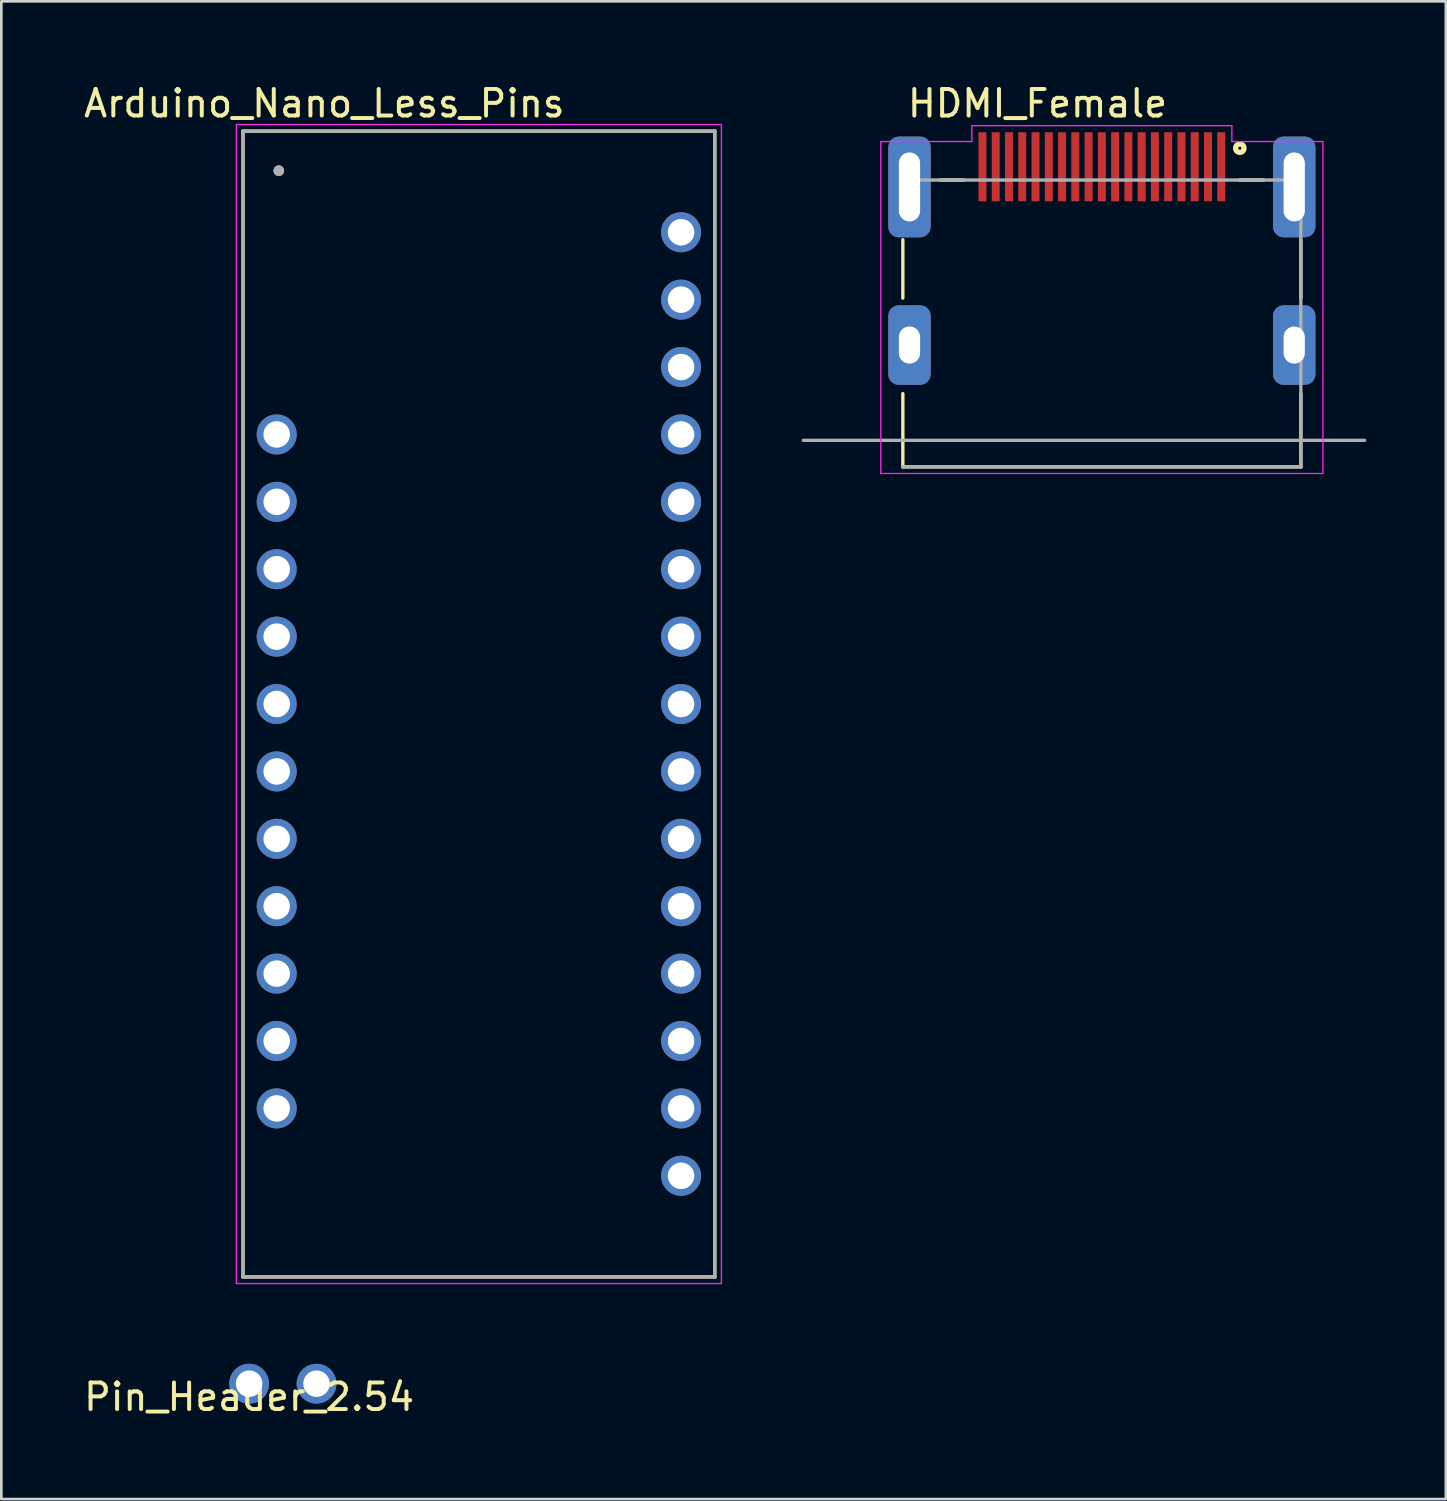
<source format=kicad_pcb>
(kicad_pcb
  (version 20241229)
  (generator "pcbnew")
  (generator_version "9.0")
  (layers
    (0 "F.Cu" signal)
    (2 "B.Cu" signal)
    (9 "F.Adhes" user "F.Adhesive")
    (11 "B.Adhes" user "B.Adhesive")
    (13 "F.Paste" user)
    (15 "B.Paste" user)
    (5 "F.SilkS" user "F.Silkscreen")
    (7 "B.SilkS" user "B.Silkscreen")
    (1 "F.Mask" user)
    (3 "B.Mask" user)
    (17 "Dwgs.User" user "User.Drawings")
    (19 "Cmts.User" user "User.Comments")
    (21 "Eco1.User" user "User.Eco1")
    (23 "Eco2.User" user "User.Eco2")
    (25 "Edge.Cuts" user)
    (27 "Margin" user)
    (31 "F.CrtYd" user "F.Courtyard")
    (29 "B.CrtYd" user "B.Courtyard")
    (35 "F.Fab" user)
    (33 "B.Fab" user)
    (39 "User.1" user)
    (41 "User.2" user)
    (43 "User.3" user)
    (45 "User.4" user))
  (footprint "Arduino_Nano_Less_Pins"
    (layer "F.Cu")
    (at 14.998 23.483)
    (property "Reference" "Arduino_Nano_Less_Pins" (at -5.825 -22.635 0) (layer "F.SilkS") (effects (font (size 1 1) (thickness 0.15))))
    (attr through_hole)
    (fp_line (start -8.89 -21.59) (end 8.89 -21.59) (stroke (width 0.127) (type solid)) (layer "F.SilkS"))
    (fp_line (start -8.89 21.59) (end -8.89 -21.59) (stroke (width 0.127) (type solid)) (layer "F.SilkS"))
    (fp_line (start 8.89 -21.59) (end 8.89 21.59) (stroke (width 0.127) (type solid)) (layer "F.SilkS"))
    (fp_line (start 8.89 21.59) (end -8.89 21.59) (stroke (width 0.127) (type solid)) (layer "F.SilkS"))
    (fp_circle (center -7.54 -20.1) (end -7.44 -20.1) (stroke (width 0.2) (type solid)) (fill no) (layer "F.SilkS"))
    (fp_line (start -9.14 -21.84) (end 9.14 -21.84) (stroke (width 0.05) (type solid)) (layer "F.CrtYd"))
    (fp_line (start -9.14 21.84) (end -9.14 -21.84) (stroke (width 0.05) (type solid)) (layer "F.CrtYd"))
    (fp_line (start 9.14 -21.84) (end 9.14 21.84) (stroke (width 0.05) (type solid)) (layer "F.CrtYd"))
    (fp_line (start 9.14 21.84) (end -9.14 21.84) (stroke (width 0.05) (type solid)) (layer "F.CrtYd"))
    (fp_line (start -8.89 -21.59) (end 8.89 -21.59) (stroke (width 0.127) (type solid)) (layer "F.Fab"))
    (fp_line (start -8.89 21.59) (end -8.89 -21.59) (stroke (width 0.127) (type solid)) (layer "F.Fab"))
    (fp_line (start 8.89 -21.59) (end 8.89 21.59) (stroke (width 0.127) (type solid)) (layer "F.Fab"))
    (fp_line (start 8.89 21.59) (end -8.89 21.59) (stroke (width 0.127) (type solid)) (layer "F.Fab"))
    (fp_circle (center -7.54 -20.1) (end -7.44 -20.1) (stroke (width 0.2) (type solid)) (fill no) (layer "F.Fab"))
    (pad "4" thru_hole circle (at -7.62 -10.16) (size 1.508 1.508) (drill 1) (layers "*.Cu" "*.Mask"))
    (pad "5" thru_hole circle (at -7.62 -7.62) (size 1.508 1.508) (drill 1) (layers "*.Cu" "*.Mask"))
    (pad "6" thru_hole circle (at -7.62 -5.08) (size 1.508 1.508) (drill 1) (layers "*.Cu" "*.Mask"))
    (pad "7" thru_hole circle (at -7.62 -2.54) (size 1.508 1.508) (drill 1) (layers "*.Cu" "*.Mask"))
    (pad "8" thru_hole circle (at -7.62 0) (size 1.508 1.508) (drill 1) (layers "*.Cu" "*.Mask"))
    (pad "9" thru_hole circle (at -7.62 2.54) (size 1.508 1.508) (drill 1) (layers "*.Cu" "*.Mask"))
    (pad "10" thru_hole circle (at -7.62 5.08) (size 1.508 1.508) (drill 1) (layers "*.Cu" "*.Mask"))
    (pad "11" thru_hole circle (at -7.62 7.62) (size 1.508 1.508) (drill 1) (layers "*.Cu" "*.Mask"))
    (pad "12" thru_hole circle (at -7.62 10.16) (size 1.508 1.508) (drill 1) (layers "*.Cu" "*.Mask"))
    (pad "13" thru_hole circle (at -7.62 12.7) (size 1.508 1.508) (drill 1) (layers "*.Cu" "*.Mask"))
    (pad "14" thru_hole circle (at -7.62 15.24) (size 1.508 1.508) (drill 1) (layers "*.Cu" "*.Mask"))
    (pad "16" thru_hole circle (at 7.62 17.78) (size 1.508 1.508) (drill 1) (layers "*.Cu" "*.Mask"))
    (pad "17" thru_hole circle (at 7.62 15.24) (size 1.508 1.508) (drill 1) (layers "*.Cu" "*.Mask"))
    (pad "18" thru_hole circle (at 7.62 12.7) (size 1.508 1.508) (drill 1) (layers "*.Cu" "*.Mask"))
    (pad "19" thru_hole circle (at 7.62 10.16) (size 1.508 1.508) (drill 1) (layers "*.Cu" "*.Mask"))
    (pad "20" thru_hole circle (at 7.62 7.62) (size 1.508 1.508) (drill 1) (layers "*.Cu" "*.Mask"))
    (pad "21" thru_hole circle (at 7.62 5.08) (size 1.508 1.508) (drill 1) (layers "*.Cu" "*.Mask"))
    (pad "22" thru_hole circle (at 7.62 2.54) (size 1.508 1.508) (drill 1) (layers "*.Cu" "*.Mask"))
    (pad "23" thru_hole circle (at 7.62 0) (size 1.508 1.508) (drill 1) (layers "*.Cu" "*.Mask"))
    (pad "24" thru_hole circle (at 7.62 -2.54) (size 1.508 1.508) (drill 1) (layers "*.Cu" "*.Mask"))
    (pad "25" thru_hole circle (at 7.62 -5.08) (size 1.508 1.508) (drill 1) (layers "*.Cu" "*.Mask"))
    (pad "26" thru_hole circle (at 7.62 -7.62) (size 1.508 1.508) (drill 1) (layers "*.Cu" "*.Mask"))
    (pad "27" thru_hole circle (at 7.62 -10.16) (size 1.508 1.508) (drill 1) (layers "*.Cu" "*.Mask"))
    (pad "28" thru_hole circle (at 7.62 -12.7) (size 1.508 1.508) (drill 1) (layers "*.Cu" "*.Mask"))
    (pad "29" thru_hole circle (at 7.62 -15.24) (size 1.508 1.508) (drill 1) (layers "*.Cu" "*.Mask"))
    (pad "30" thru_hole circle (at 7.62 -17.78) (size 1.508 1.508) (drill 1) (layers "*.Cu" "*.Mask")))
  (footprint "HDMI_Female"
    (layer "F.Cu")
    (at 38.476 8.235)
    (property "Reference" "HDMI_Female" (at -2.425 -7.386 0) (layer "F.SilkS") (effects (font (size 1 1) (thickness 0.15))))
    (attr through_hole)
    (fp_line (start -7.5 -2.25) (end -7.5 -0.05) (stroke (width 0.127) (type solid)) (layer "F.SilkS"))
    (fp_line (start -7.5 6.31) (end -7.5 3.55) (stroke (width 0.127) (type solid)) (layer "F.SilkS"))
    (fp_line (start -7.5 6.31) (end 7.5 6.31) (stroke (width 0.127) (type solid)) (layer "F.SilkS"))
    (fp_line (start -6.1 -4.5) (end -5.2 -4.5) (stroke (width 0.127) (type solid)) (layer "F.SilkS"))
    (fp_line (start 5.2 -4.5) (end 6.1 -4.5) (stroke (width 0.127) (type solid)) (layer "F.SilkS"))
    (fp_line (start 7.5 -0.05) (end 7.5 -2.25) (stroke (width 0.127) (type solid)) (layer "F.SilkS"))
    (fp_line (start 7.5 6.31) (end 7.5 3.55) (stroke (width 0.127) (type solid)) (layer "F.SilkS"))
    (fp_circle (center 5.2 -5.7) (end 5.358 -5.7) (stroke (width 0.2) (type solid)) (fill no) (layer "F.SilkS"))
    (fp_line (start -8.33 -5.95) (end -7.25 -5.95) (stroke (width 0.05) (type solid)) (layer "F.CrtYd"))
    (fp_line (start -8.33 6.56) (end -8.33 -5.95) (stroke (width 0.05) (type solid)) (layer "F.CrtYd"))
    (fp_line (start -7.25 -5.95) (end -4.9 -5.95) (stroke (width 0.05) (type solid)) (layer "F.CrtYd"))
    (fp_line (start -4.9 -6.55) (end 4.9 -6.55) (stroke (width 0.05) (type solid)) (layer "F.CrtYd"))
    (fp_line (start -4.9 -5.95) (end -4.9 -6.55) (stroke (width 0.05) (type solid)) (layer "F.CrtYd"))
    (fp_line (start 4.9 -6.55) (end 4.9 -5.95) (stroke (width 0.05) (type solid)) (layer "F.CrtYd"))
    (fp_line (start 4.9 -5.95) (end 7.25 -5.95) (stroke (width 0.05) (type solid)) (layer "F.CrtYd"))
    (fp_line (start 7.25 -5.95) (end 8.33 -5.95) (stroke (width 0.05) (type solid)) (layer "F.CrtYd"))
    (fp_line (start 8.33 -5.95) (end 8.33 6.56) (stroke (width 0.05) (type solid)) (layer "F.CrtYd"))
    (fp_line (start 8.33 6.56) (end -8.33 6.56) (stroke (width 0.05) (type solid)) (layer "F.CrtYd"))
    (fp_line (start -11.25 5.31) (end 9.9 5.31) (stroke (width 0.127) (type solid)) (layer "F.Fab"))
    (fp_line (start -7.5 -4.5) (end 7.5 -4.5) (stroke (width 0.127) (type solid)) (layer "F.Fab"))
    (fp_line (start -7.5 6.31) (end 7.5 6.31) (stroke (width 0.127) (type solid)) (layer "F.Fab"))
    (fp_line (start 7.5 -4.5) (end 7.5 6.31) (stroke (width 0.127) (type solid)) (layer "F.Fab"))
    (pad "1" smd rect (at 4.5 -5) (size 0.3 2.6) (layers "F.Cu" "F.Mask" "F.Paste"))
    (pad "2" smd rect (at 4 -5) (size 0.3 2.6) (layers "F.Cu" "F.Mask" "F.Paste"))
    (pad "3" smd rect (at 3.5 -5) (size 0.3 2.6) (layers "F.Cu" "F.Mask" "F.Paste"))
    (pad "4" smd rect (at 3 -5) (size 0.3 2.6) (layers "F.Cu" "F.Mask" "F.Paste"))
    (pad "5" smd rect (at 2.5 -5) (size 0.3 2.6) (layers "F.Cu" "F.Mask" "F.Paste"))
    (pad "6" smd rect (at 2 -5) (size 0.3 2.6) (layers "F.Cu" "F.Mask" "F.Paste"))
    (pad "7" smd rect (at 1.5 -5) (size 0.3 2.6) (layers "F.Cu" "F.Mask" "F.Paste"))
    (pad "8" smd rect (at 1 -5) (size 0.3 2.6) (layers "F.Cu" "F.Mask" "F.Paste"))
    (pad "9" smd rect (at 0.5 -5) (size 0.3 2.6) (layers "F.Cu" "F.Mask" "F.Paste"))
    (pad "10" smd rect (at 0 -5) (size 0.3 2.6) (layers "F.Cu" "F.Mask" "F.Paste"))
    (pad "11" smd rect (at -0.5 -5) (size 0.3 2.6) (layers "F.Cu" "F.Mask" "F.Paste"))
    (pad "12" smd rect (at -1 -5) (size 0.3 2.6) (layers "F.Cu" "F.Mask" "F.Paste"))
    (pad "13" smd rect (at -1.5 -5) (size 0.3 2.6) (layers "F.Cu" "F.Mask" "F.Paste"))
    (pad "14" smd rect (at -2 -5) (size 0.3 2.6) (layers "F.Cu" "F.Mask" "F.Paste"))
    (pad "15" smd rect (at -2.5 -5) (size 0.3 2.6) (layers "F.Cu" "F.Mask" "F.Paste"))
    (pad "16" smd rect (at -3 -5) (size 0.3 2.6) (layers "F.Cu" "F.Mask" "F.Paste"))
    (pad "17" smd rect (at -3.5 -5) (size 0.3 2.6) (layers "F.Cu" "F.Mask" "F.Paste"))
    (pad "18" smd rect (at -4 -5) (size 0.3 2.6) (layers "F.Cu" "F.Mask" "F.Paste"))
    (pad "19" smd rect (at -4.5 -5) (size 0.3 2.6) (layers "F.Cu" "F.Mask" "F.Paste"))
    (pad "S1" thru_hole roundrect (at 7.25 -4.24) (size 1.6 3.8) (drill oval 0.8 2.6) (layers "*.Cu" "*.Mask") (roundrect_rratio 0.25))
    (pad "S2" thru_hole roundrect (at -7.25 -4.24) (size 1.6 3.8) (drill oval 0.8 2.6) (layers "*.Cu" "*.Mask") (roundrect_rratio 0.25))
    (pad "S3" thru_hole roundrect (at -7.25 1.72) (size 1.6 3) (drill oval 0.8 1.4) (layers "*.Cu" "*.Mask") (roundrect_rratio 0.25))
    (pad "S4" thru_hole roundrect (at 7.25 1.72) (size 1.6 3) (drill oval 0.8 1.4) (layers "*.Cu" "*.Mask") (roundrect_rratio 0.25)))
  (footprint "Pin_Header_2.54"
    (layer "F.Cu")
    (at 6.339 49.098)
    (property "Reference" "Pin_Header_2.54" (at 0 0.5 0) (layer "F.SilkS") (effects (font (size 1 1) (thickness 0.15))))
    (attr through_hole)
    (pad "1" thru_hole circle (at 0 0) (size 1.5 1.5) (drill 1) (layers "*.Cu" "*.Mask"))
    (pad "2" thru_hole circle (at 2.54 0) (size 1.5 1.5) (drill 1) (layers "*.Cu" "*.Mask")))
  (gr_rect
    (start -3 -3)
    (end 51.44 53.447)
    (stroke (width 0.1) (type default))
    (fill no)
    (layer "Edge.Cuts")))
</source>
